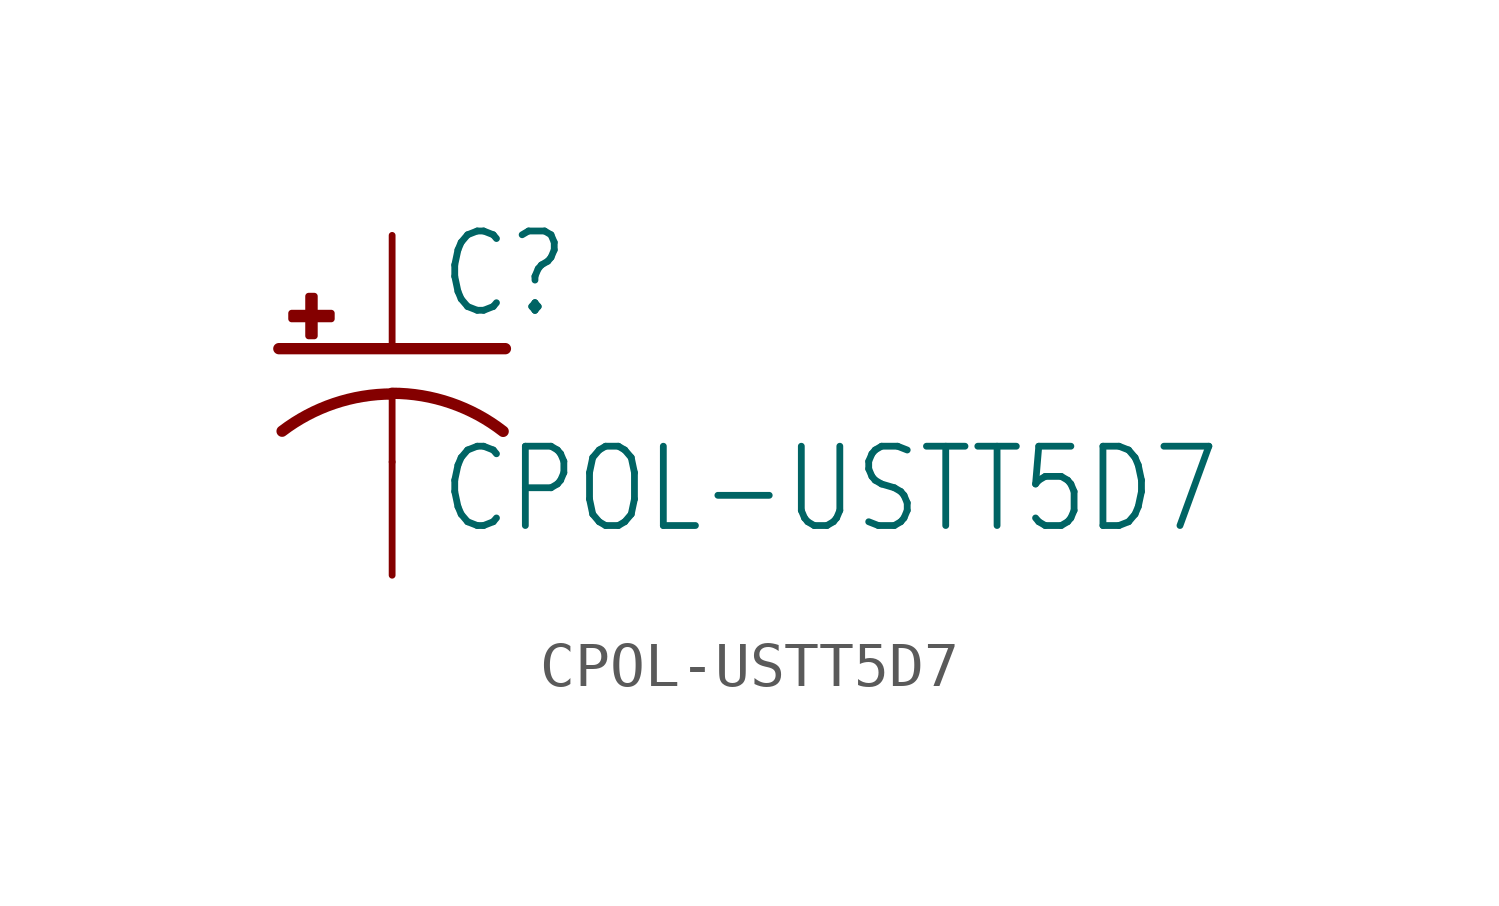
<source format=kicad_sym>
(kicad_symbol_lib
  (version 20211014)
  (generator kicad_symbol_editor)
  (symbol "CPOL-USTT5D7"
    (property "Reference" "C"
      (at 1.016 0.635 0)
      (effects (font (size 1.778 1.511)) (justify left bottom)))
    (property "Value" "CPOL-USTT5D7"
      (at 1.016 -4.191 0)
      (effects (font (size 1.778 1.511)) (justify left bottom)))
    (property "ki_locked" ""
      (at 0 0 0)
      (effects (font (size 1.27 1.27))))
    (symbol "CPOL-USTT5D7_1_0"
      (rectangle (start -2.253 0.668) (end -1.364 0.795) (stroke (width 0) (type default) (color 0 0 0 0)) (fill (type outline)))
      (rectangle (start -1.872 0.287) (end -1.745 1.176) (stroke (width 0) (type default) (color 0 0 0 0)) (fill (type outline)))
      (arc (start 0 -1.0161) (mid -1.3021 -1.2302) (end -2.4669 -1.8504) (stroke (width 0.254) (type default) (color 0 0 0 0)) (fill (type none)))
      (polyline (pts (xy -2.54 0) (xy 2.54 0)) (stroke (width 0.254) (type default) (color 0 0 0 0)) (fill (type none)))
      (polyline (pts (xy 0 -1.016) (xy 0 -2.54)) (stroke (width 0.152) (type default) (color 0 0 0 0)) (fill (type none)))
      (arc (start 2.4892 -1.8542) (mid 1.3158 -1.2195) (end 0 -1) (stroke (width 0.254) (type default) (color 0 0 0 0)) (fill (type none)))
      (pin passive line (at 0 2.54 270) (length 2.54) (name "+" (effects (font (size 0 0)))) (number "+" (effects (font (size 0 0)))))
      (pin passive line (at 0 -5.08 90) (length 2.54) (name "-" (effects (font (size 0 0)))) (number "-" (effects (font (size 0 0))))))))
</source>
